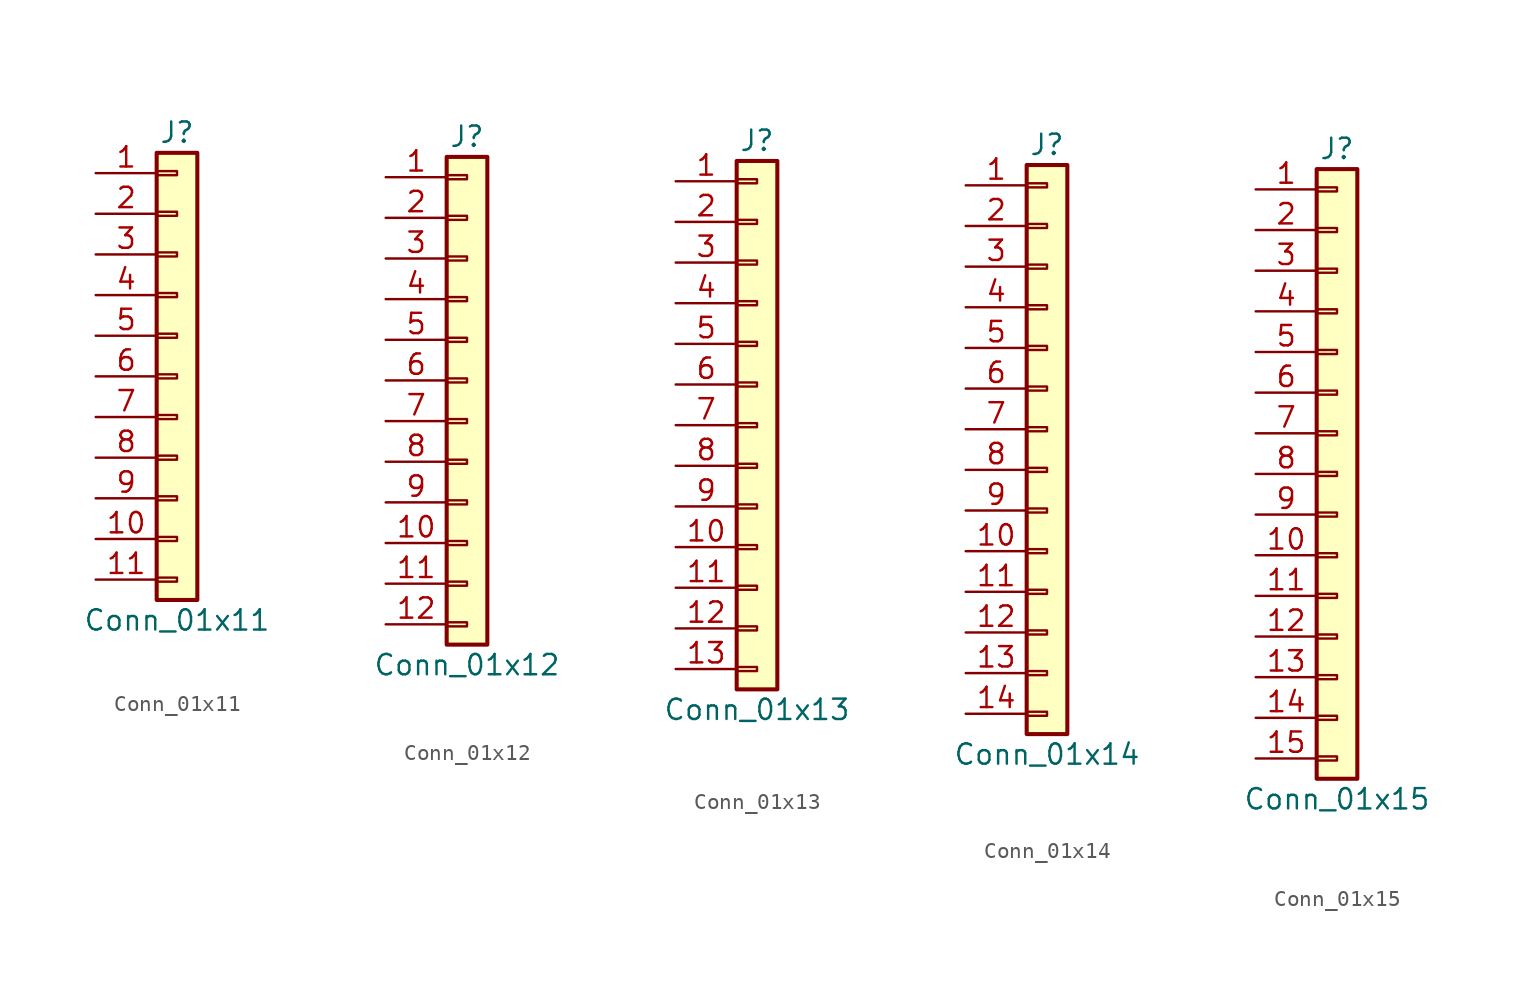
<source format=kicad_sym>
(kicad_symbol_lib
  (version 20201005)
  (generator kicad_symbol_editor)
  (symbol "Conn_01x11"
    (pin_names
      (offset 1.016) hide)
    (property "Reference" "J"
      (at 0 15.24 0)
      (effects (font (size 1.27 1.27))))
    (property "Value" "Conn_01x11"
      (at 0 -15.24 0)
      (effects (font (size 1.27 1.27))))
    (symbol "Conn_01x11_1_1"
      (rectangle (start -1.27 -12.573) (end 0 -12.827) (stroke (width 0.152)) (fill (type none)))
      (rectangle (start -1.27 -10.033) (end 0 -10.287) (stroke (width 0.152)) (fill (type none)))
      (rectangle (start -1.27 -7.493) (end 0 -7.747) (stroke (width 0.152)) (fill (type none)))
      (rectangle (start -1.27 -4.953) (end 0 -5.207) (stroke (width 0.152)) (fill (type none)))
      (rectangle (start -1.27 -2.413) (end 0 -2.667) (stroke (width 0.152)) (fill (type none)))
      (rectangle (start -1.27 0.127) (end 0 -0.127) (stroke (width 0.152)) (fill (type none)))
      (rectangle (start -1.27 2.667) (end 0 2.413) (stroke (width 0.152)) (fill (type none)))
      (rectangle (start -1.27 5.207) (end 0 4.953) (stroke (width 0.152)) (fill (type none)))
      (rectangle (start -1.27 7.747) (end 0 7.493) (stroke (width 0.152)) (fill (type none)))
      (rectangle (start -1.27 10.287) (end 0 10.033) (stroke (width 0.152)) (fill (type none)))
      (rectangle (start -1.27 12.827) (end 0 12.573) (stroke (width 0.152)) (fill (type none)))
      (rectangle (start -1.27 13.97) (end 1.27 -13.97) (stroke (width 0.254)) (fill (type background)))
      (pin passive line (at -5.08 12.7 0) (length 3.81) (name "Pin_1" (effects (font (size 1.27 1.27)))) (number "1" (effects (font (size 1.27 1.27)))))
      (pin passive line (at -5.08 -10.16 0) (length 3.81) (name "Pin_10" (effects (font (size 1.27 1.27)))) (number "10" (effects (font (size 1.27 1.27)))))
      (pin passive line (at -5.08 -12.7 0) (length 3.81) (name "Pin_11" (effects (font (size 1.27 1.27)))) (number "11" (effects (font (size 1.27 1.27)))))
      (pin passive line (at -5.08 10.16 0) (length 3.81) (name "Pin_2" (effects (font (size 1.27 1.27)))) (number "2" (effects (font (size 1.27 1.27)))))
      (pin passive line (at -5.08 7.62 0) (length 3.81) (name "Pin_3" (effects (font (size 1.27 1.27)))) (number "3" (effects (font (size 1.27 1.27)))))
      (pin passive line (at -5.08 5.08 0) (length 3.81) (name "Pin_4" (effects (font (size 1.27 1.27)))) (number "4" (effects (font (size 1.27 1.27)))))
      (pin passive line (at -5.08 2.54 0) (length 3.81) (name "Pin_5" (effects (font (size 1.27 1.27)))) (number "5" (effects (font (size 1.27 1.27)))))
      (pin passive line (at -5.08 0 0) (length 3.81) (name "Pin_6" (effects (font (size 1.27 1.27)))) (number "6" (effects (font (size 1.27 1.27)))))
      (pin passive line (at -5.08 -2.54 0) (length 3.81) (name "Pin_7" (effects (font (size 1.27 1.27)))) (number "7" (effects (font (size 1.27 1.27)))))
      (pin passive line (at -5.08 -5.08 0) (length 3.81) (name "Pin_8" (effects (font (size 1.27 1.27)))) (number "8" (effects (font (size 1.27 1.27)))))
      (pin passive line (at -5.08 -7.62 0) (length 3.81) (name "Pin_9" (effects (font (size 1.27 1.27)))) (number "9" (effects (font (size 1.27 1.27)))))))
  (symbol "Conn_01x12"
    (pin_names
      (offset 1.016) hide)
    (property "Reference" "J"
      (at 0 15.24 0)
      (effects (font (size 1.27 1.27))))
    (property "Value" "Conn_01x12"
      (at 0 -17.78 0)
      (effects (font (size 1.27 1.27))))
    (symbol "Conn_01x12_1_1"
      (rectangle (start -1.27 -15.113) (end 0 -15.367) (stroke (width 0.152)) (fill (type none)))
      (rectangle (start -1.27 -12.573) (end 0 -12.827) (stroke (width 0.152)) (fill (type none)))
      (rectangle (start -1.27 -10.033) (end 0 -10.287) (stroke (width 0.152)) (fill (type none)))
      (rectangle (start -1.27 -7.493) (end 0 -7.747) (stroke (width 0.152)) (fill (type none)))
      (rectangle (start -1.27 -4.953) (end 0 -5.207) (stroke (width 0.152)) (fill (type none)))
      (rectangle (start -1.27 -2.413) (end 0 -2.667) (stroke (width 0.152)) (fill (type none)))
      (rectangle (start -1.27 0.127) (end 0 -0.127) (stroke (width 0.152)) (fill (type none)))
      (rectangle (start -1.27 2.667) (end 0 2.413) (stroke (width 0.152)) (fill (type none)))
      (rectangle (start -1.27 5.207) (end 0 4.953) (stroke (width 0.152)) (fill (type none)))
      (rectangle (start -1.27 7.747) (end 0 7.493) (stroke (width 0.152)) (fill (type none)))
      (rectangle (start -1.27 10.287) (end 0 10.033) (stroke (width 0.152)) (fill (type none)))
      (rectangle (start -1.27 12.827) (end 0 12.573) (stroke (width 0.152)) (fill (type none)))
      (rectangle (start -1.27 13.97) (end 1.27 -16.51) (stroke (width 0.254)) (fill (type background)))
      (pin passive line (at -5.08 12.7 0) (length 3.81) (name "Pin_1" (effects (font (size 1.27 1.27)))) (number "1" (effects (font (size 1.27 1.27)))))
      (pin passive line (at -5.08 -10.16 0) (length 3.81) (name "Pin_10" (effects (font (size 1.27 1.27)))) (number "10" (effects (font (size 1.27 1.27)))))
      (pin passive line (at -5.08 -12.7 0) (length 3.81) (name "Pin_11" (effects (font (size 1.27 1.27)))) (number "11" (effects (font (size 1.27 1.27)))))
      (pin passive line (at -5.08 -15.24 0) (length 3.81) (name "Pin_12" (effects (font (size 1.27 1.27)))) (number "12" (effects (font (size 1.27 1.27)))))
      (pin passive line (at -5.08 10.16 0) (length 3.81) (name "Pin_2" (effects (font (size 1.27 1.27)))) (number "2" (effects (font (size 1.27 1.27)))))
      (pin passive line (at -5.08 7.62 0) (length 3.81) (name "Pin_3" (effects (font (size 1.27 1.27)))) (number "3" (effects (font (size 1.27 1.27)))))
      (pin passive line (at -5.08 5.08 0) (length 3.81) (name "Pin_4" (effects (font (size 1.27 1.27)))) (number "4" (effects (font (size 1.27 1.27)))))
      (pin passive line (at -5.08 2.54 0) (length 3.81) (name "Pin_5" (effects (font (size 1.27 1.27)))) (number "5" (effects (font (size 1.27 1.27)))))
      (pin passive line (at -5.08 0 0) (length 3.81) (name "Pin_6" (effects (font (size 1.27 1.27)))) (number "6" (effects (font (size 1.27 1.27)))))
      (pin passive line (at -5.08 -2.54 0) (length 3.81) (name "Pin_7" (effects (font (size 1.27 1.27)))) (number "7" (effects (font (size 1.27 1.27)))))
      (pin passive line (at -5.08 -5.08 0) (length 3.81) (name "Pin_8" (effects (font (size 1.27 1.27)))) (number "8" (effects (font (size 1.27 1.27)))))
      (pin passive line (at -5.08 -7.62 0) (length 3.81) (name "Pin_9" (effects (font (size 1.27 1.27)))) (number "9" (effects (font (size 1.27 1.27)))))))
  (symbol "Conn_01x13"
    (pin_names
      (offset 1.016) hide)
    (property "Reference" "J"
      (at 0 17.78 0)
      (effects (font (size 1.27 1.27))))
    (property "Value" "Conn_01x13"
      (at 0 -17.78 0)
      (effects (font (size 1.27 1.27))))
    (symbol "Conn_01x13_1_1"
      (rectangle (start -1.27 -15.113) (end 0 -15.367) (stroke (width 0.152)) (fill (type none)))
      (rectangle (start -1.27 -12.573) (end 0 -12.827) (stroke (width 0.152)) (fill (type none)))
      (rectangle (start -1.27 -10.033) (end 0 -10.287) (stroke (width 0.152)) (fill (type none)))
      (rectangle (start -1.27 -7.493) (end 0 -7.747) (stroke (width 0.152)) (fill (type none)))
      (rectangle (start -1.27 -4.953) (end 0 -5.207) (stroke (width 0.152)) (fill (type none)))
      (rectangle (start -1.27 -2.413) (end 0 -2.667) (stroke (width 0.152)) (fill (type none)))
      (rectangle (start -1.27 0.127) (end 0 -0.127) (stroke (width 0.152)) (fill (type none)))
      (rectangle (start -1.27 2.667) (end 0 2.413) (stroke (width 0.152)) (fill (type none)))
      (rectangle (start -1.27 5.207) (end 0 4.953) (stroke (width 0.152)) (fill (type none)))
      (rectangle (start -1.27 7.747) (end 0 7.493) (stroke (width 0.152)) (fill (type none)))
      (rectangle (start -1.27 10.287) (end 0 10.033) (stroke (width 0.152)) (fill (type none)))
      (rectangle (start -1.27 12.827) (end 0 12.573) (stroke (width 0.152)) (fill (type none)))
      (rectangle (start -1.27 15.367) (end 0 15.113) (stroke (width 0.152)) (fill (type none)))
      (rectangle (start -1.27 16.51) (end 1.27 -16.51) (stroke (width 0.254)) (fill (type background)))
      (pin passive line (at -5.08 15.24 0) (length 3.81) (name "Pin_1" (effects (font (size 1.27 1.27)))) (number "1" (effects (font (size 1.27 1.27)))))
      (pin passive line (at -5.08 -7.62 0) (length 3.81) (name "Pin_10" (effects (font (size 1.27 1.27)))) (number "10" (effects (font (size 1.27 1.27)))))
      (pin passive line (at -5.08 -10.16 0) (length 3.81) (name "Pin_11" (effects (font (size 1.27 1.27)))) (number "11" (effects (font (size 1.27 1.27)))))
      (pin passive line (at -5.08 -12.7 0) (length 3.81) (name "Pin_12" (effects (font (size 1.27 1.27)))) (number "12" (effects (font (size 1.27 1.27)))))
      (pin passive line (at -5.08 -15.24 0) (length 3.81) (name "Pin_13" (effects (font (size 1.27 1.27)))) (number "13" (effects (font (size 1.27 1.27)))))
      (pin passive line (at -5.08 12.7 0) (length 3.81) (name "Pin_2" (effects (font (size 1.27 1.27)))) (number "2" (effects (font (size 1.27 1.27)))))
      (pin passive line (at -5.08 10.16 0) (length 3.81) (name "Pin_3" (effects (font (size 1.27 1.27)))) (number "3" (effects (font (size 1.27 1.27)))))
      (pin passive line (at -5.08 7.62 0) (length 3.81) (name "Pin_4" (effects (font (size 1.27 1.27)))) (number "4" (effects (font (size 1.27 1.27)))))
      (pin passive line (at -5.08 5.08 0) (length 3.81) (name "Pin_5" (effects (font (size 1.27 1.27)))) (number "5" (effects (font (size 1.27 1.27)))))
      (pin passive line (at -5.08 2.54 0) (length 3.81) (name "Pin_6" (effects (font (size 1.27 1.27)))) (number "6" (effects (font (size 1.27 1.27)))))
      (pin passive line (at -5.08 0 0) (length 3.81) (name "Pin_7" (effects (font (size 1.27 1.27)))) (number "7" (effects (font (size 1.27 1.27)))))
      (pin passive line (at -5.08 -2.54 0) (length 3.81) (name "Pin_8" (effects (font (size 1.27 1.27)))) (number "8" (effects (font (size 1.27 1.27)))))
      (pin passive line (at -5.08 -5.08 0) (length 3.81) (name "Pin_9" (effects (font (size 1.27 1.27)))) (number "9" (effects (font (size 1.27 1.27)))))))
  (symbol "Conn_01x14"
    (pin_names
      (offset 1.016) hide)
    (property "Reference" "J"
      (at 0 17.78 0)
      (effects (font (size 1.27 1.27))))
    (property "Value" "Conn_01x14"
      (at 0 -20.32 0)
      (effects (font (size 1.27 1.27))))
    (symbol "Conn_01x14_1_1"
      (rectangle (start -1.27 -17.653) (end 0 -17.907) (stroke (width 0.152)) (fill (type none)))
      (rectangle (start -1.27 -15.113) (end 0 -15.367) (stroke (width 0.152)) (fill (type none)))
      (rectangle (start -1.27 -12.573) (end 0 -12.827) (stroke (width 0.152)) (fill (type none)))
      (rectangle (start -1.27 -10.033) (end 0 -10.287) (stroke (width 0.152)) (fill (type none)))
      (rectangle (start -1.27 -7.493) (end 0 -7.747) (stroke (width 0.152)) (fill (type none)))
      (rectangle (start -1.27 -4.953) (end 0 -5.207) (stroke (width 0.152)) (fill (type none)))
      (rectangle (start -1.27 -2.413) (end 0 -2.667) (stroke (width 0.152)) (fill (type none)))
      (rectangle (start -1.27 0.127) (end 0 -0.127) (stroke (width 0.152)) (fill (type none)))
      (rectangle (start -1.27 2.667) (end 0 2.413) (stroke (width 0.152)) (fill (type none)))
      (rectangle (start -1.27 5.207) (end 0 4.953) (stroke (width 0.152)) (fill (type none)))
      (rectangle (start -1.27 7.747) (end 0 7.493) (stroke (width 0.152)) (fill (type none)))
      (rectangle (start -1.27 10.287) (end 0 10.033) (stroke (width 0.152)) (fill (type none)))
      (rectangle (start -1.27 12.827) (end 0 12.573) (stroke (width 0.152)) (fill (type none)))
      (rectangle (start -1.27 15.367) (end 0 15.113) (stroke (width 0.152)) (fill (type none)))
      (rectangle (start -1.27 16.51) (end 1.27 -19.05) (stroke (width 0.254)) (fill (type background)))
      (pin passive line (at -5.08 15.24 0) (length 3.81) (name "Pin_1" (effects (font (size 1.27 1.27)))) (number "1" (effects (font (size 1.27 1.27)))))
      (pin passive line (at -5.08 -7.62 0) (length 3.81) (name "Pin_10" (effects (font (size 1.27 1.27)))) (number "10" (effects (font (size 1.27 1.27)))))
      (pin passive line (at -5.08 -10.16 0) (length 3.81) (name "Pin_11" (effects (font (size 1.27 1.27)))) (number "11" (effects (font (size 1.27 1.27)))))
      (pin passive line (at -5.08 -12.7 0) (length 3.81) (name "Pin_12" (effects (font (size 1.27 1.27)))) (number "12" (effects (font (size 1.27 1.27)))))
      (pin passive line (at -5.08 -15.24 0) (length 3.81) (name "Pin_13" (effects (font (size 1.27 1.27)))) (number "13" (effects (font (size 1.27 1.27)))))
      (pin passive line (at -5.08 -17.78 0) (length 3.81) (name "Pin_14" (effects (font (size 1.27 1.27)))) (number "14" (effects (font (size 1.27 1.27)))))
      (pin passive line (at -5.08 12.7 0) (length 3.81) (name "Pin_2" (effects (font (size 1.27 1.27)))) (number "2" (effects (font (size 1.27 1.27)))))
      (pin passive line (at -5.08 10.16 0) (length 3.81) (name "Pin_3" (effects (font (size 1.27 1.27)))) (number "3" (effects (font (size 1.27 1.27)))))
      (pin passive line (at -5.08 7.62 0) (length 3.81) (name "Pin_4" (effects (font (size 1.27 1.27)))) (number "4" (effects (font (size 1.27 1.27)))))
      (pin passive line (at -5.08 5.08 0) (length 3.81) (name "Pin_5" (effects (font (size 1.27 1.27)))) (number "5" (effects (font (size 1.27 1.27)))))
      (pin passive line (at -5.08 2.54 0) (length 3.81) (name "Pin_6" (effects (font (size 1.27 1.27)))) (number "6" (effects (font (size 1.27 1.27)))))
      (pin passive line (at -5.08 0 0) (length 3.81) (name "Pin_7" (effects (font (size 1.27 1.27)))) (number "7" (effects (font (size 1.27 1.27)))))
      (pin passive line (at -5.08 -2.54 0) (length 3.81) (name "Pin_8" (effects (font (size 1.27 1.27)))) (number "8" (effects (font (size 1.27 1.27)))))
      (pin passive line (at -5.08 -5.08 0) (length 3.81) (name "Pin_9" (effects (font (size 1.27 1.27)))) (number "9" (effects (font (size 1.27 1.27)))))))
  (symbol "Conn_01x15"
    (pin_names
      (offset 1.016) hide)
    (property "Reference" "J"
      (at 0 20.32 0)
      (effects (font (size 1.27 1.27))))
    (property "Value" "Conn_01x15"
      (at 0 -20.32 0)
      (effects (font (size 1.27 1.27))))
    (symbol "Conn_01x15_1_1"
      (rectangle (start -1.27 -17.653) (end 0 -17.907) (stroke (width 0.152)) (fill (type none)))
      (rectangle (start -1.27 -15.113) (end 0 -15.367) (stroke (width 0.152)) (fill (type none)))
      (rectangle (start -1.27 -12.573) (end 0 -12.827) (stroke (width 0.152)) (fill (type none)))
      (rectangle (start -1.27 -10.033) (end 0 -10.287) (stroke (width 0.152)) (fill (type none)))
      (rectangle (start -1.27 -7.493) (end 0 -7.747) (stroke (width 0.152)) (fill (type none)))
      (rectangle (start -1.27 -4.953) (end 0 -5.207) (stroke (width 0.152)) (fill (type none)))
      (rectangle (start -1.27 -2.413) (end 0 -2.667) (stroke (width 0.152)) (fill (type none)))
      (rectangle (start -1.27 0.127) (end 0 -0.127) (stroke (width 0.152)) (fill (type none)))
      (rectangle (start -1.27 2.667) (end 0 2.413) (stroke (width 0.152)) (fill (type none)))
      (rectangle (start -1.27 5.207) (end 0 4.953) (stroke (width 0.152)) (fill (type none)))
      (rectangle (start -1.27 7.747) (end 0 7.493) (stroke (width 0.152)) (fill (type none)))
      (rectangle (start -1.27 10.287) (end 0 10.033) (stroke (width 0.152)) (fill (type none)))
      (rectangle (start -1.27 12.827) (end 0 12.573) (stroke (width 0.152)) (fill (type none)))
      (rectangle (start -1.27 15.367) (end 0 15.113) (stroke (width 0.152)) (fill (type none)))
      (rectangle (start -1.27 17.907) (end 0 17.653) (stroke (width 0.152)) (fill (type none)))
      (rectangle (start -1.27 19.05) (end 1.27 -19.05) (stroke (width 0.254)) (fill (type background)))
      (pin passive line (at -5.08 17.78 0) (length 3.81) (name "Pin_1" (effects (font (size 1.27 1.27)))) (number "1" (effects (font (size 1.27 1.27)))))
      (pin passive line (at -5.08 -5.08 0) (length 3.81) (name "Pin_10" (effects (font (size 1.27 1.27)))) (number "10" (effects (font (size 1.27 1.27)))))
      (pin passive line (at -5.08 -7.62 0) (length 3.81) (name "Pin_11" (effects (font (size 1.27 1.27)))) (number "11" (effects (font (size 1.27 1.27)))))
      (pin passive line (at -5.08 -10.16 0) (length 3.81) (name "Pin_12" (effects (font (size 1.27 1.27)))) (number "12" (effects (font (size 1.27 1.27)))))
      (pin passive line (at -5.08 -12.7 0) (length 3.81) (name "Pin_13" (effects (font (size 1.27 1.27)))) (number "13" (effects (font (size 1.27 1.27)))))
      (pin passive line (at -5.08 -15.24 0) (length 3.81) (name "Pin_14" (effects (font (size 1.27 1.27)))) (number "14" (effects (font (size 1.27 1.27)))))
      (pin passive line (at -5.08 -17.78 0) (length 3.81) (name "Pin_15" (effects (font (size 1.27 1.27)))) (number "15" (effects (font (size 1.27 1.27)))))
      (pin passive line (at -5.08 15.24 0) (length 3.81) (name "Pin_2" (effects (font (size 1.27 1.27)))) (number "2" (effects (font (size 1.27 1.27)))))
      (pin passive line (at -5.08 12.7 0) (length 3.81) (name "Pin_3" (effects (font (size 1.27 1.27)))) (number "3" (effects (font (size 1.27 1.27)))))
      (pin passive line (at -5.08 10.16 0) (length 3.81) (name "Pin_4" (effects (font (size 1.27 1.27)))) (number "4" (effects (font (size 1.27 1.27)))))
      (pin passive line (at -5.08 7.62 0) (length 3.81) (name "Pin_5" (effects (font (size 1.27 1.27)))) (number "5" (effects (font (size 1.27 1.27)))))
      (pin passive line (at -5.08 5.08 0) (length 3.81) (name "Pin_6" (effects (font (size 1.27 1.27)))) (number "6" (effects (font (size 1.27 1.27)))))
      (pin passive line (at -5.08 2.54 0) (length 3.81) (name "Pin_7" (effects (font (size 1.27 1.27)))) (number "7" (effects (font (size 1.27 1.27)))))
      (pin passive line (at -5.08 0 0) (length 3.81) (name "Pin_8" (effects (font (size 1.27 1.27)))) (number "8" (effects (font (size 1.27 1.27)))))
      (pin passive line (at -5.08 -2.54 0) (length 3.81) (name "Pin_9" (effects (font (size 1.27 1.27)))) (number "9" (effects (font (size 1.27 1.27))))))))
</source>
